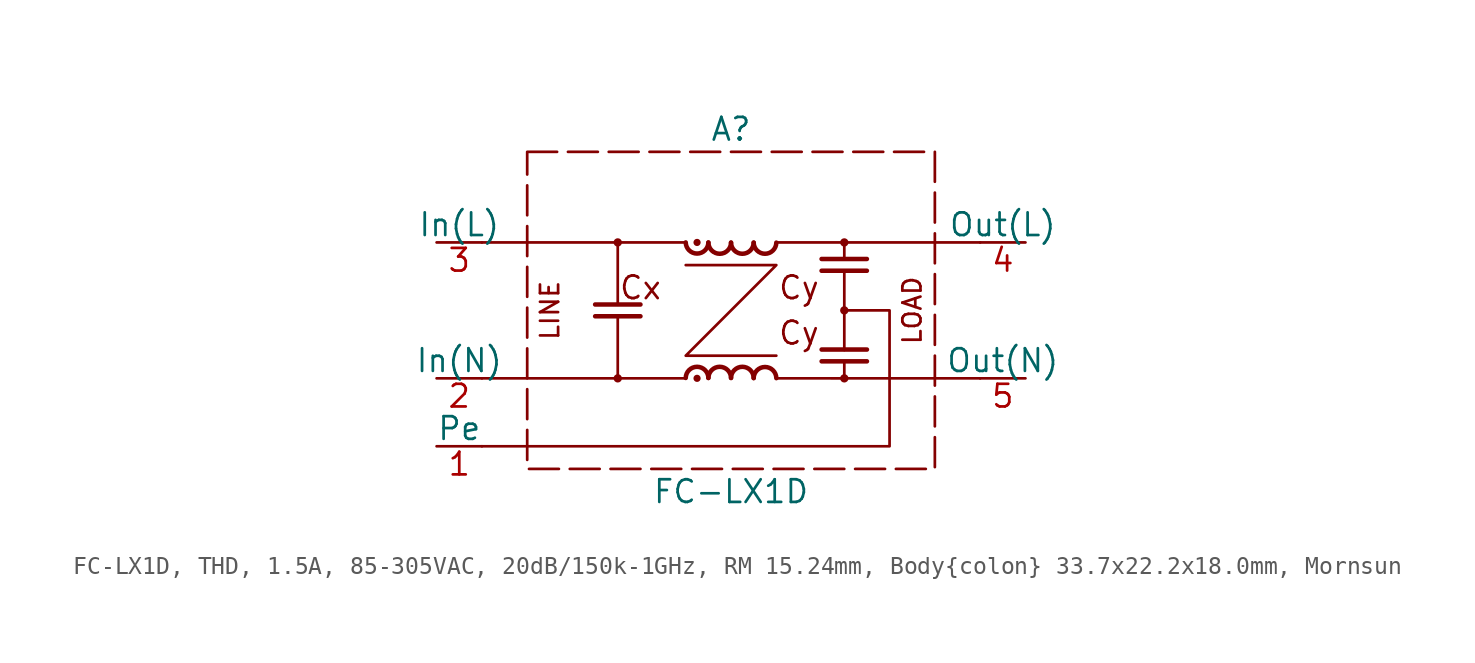
<source format=kicad_sym>
(kicad_symbol_lib
  (version 20241209)
  (generator "kicad_symbol_editor")
  (generator_version "9.0")
  (symbol "FC-LX1D, THD, 1.5A, 85-305VAC, 20dB/150k-1GHz, RM 15.24mm, Body{colon} 33.7x22.2x18.0mm, Mornsun"
    (pin_names
      (offset 0))
    (property "Reference" "A"
      (at 0 10.16 0)
      (effects (font (size 1.27 1.27))))
    (property "Value" "FC-LX1D"
      (at 0 -10.16 0)
      (effects (font (size 1.27 1.27))))
    (symbol "FC-LX1D, THD, 1.5A, 85-305VAC, 20dB/150k-1GHz, RM 15.24mm, Body{colon} 33.7x22.2x18.0mm, Mornsun_0_1"
      (polyline (pts (xy -13.97 -7.62) (xy 8.89 -7.62) (xy 8.89 0) (xy 6.35 0)) (stroke (width 0) (type default)) (fill (type none)))
      (polyline (pts (xy -7.62 0.33) (xy -5.08 0.33)) (stroke (width 0.254) (type default)) (fill (type none)))
      (polyline (pts (xy -7.62 -0.33) (xy -5.08 -0.33)) (stroke (width 0.254) (type default)) (fill (type none)))
      (polyline (pts (xy -6.352 0.318) (xy -6.352 3.811) (xy -6.35 3.81)) (stroke (width 0) (type default)) (fill (type none)))
      (polyline (pts (xy -6.35 -3.81) (xy -6.352 -3.811) (xy -6.352 -0.318)) (stroke (width 0) (type default)) (fill (type none)))
      (polyline (pts (xy 5.078 2.883) (xy 7.618 2.883)) (stroke (width 0.254) (type default)) (fill (type none)))
      (polyline (pts (xy 5.078 2.222) (xy 7.618 2.222)) (stroke (width 0.254) (type default)) (fill (type none)))
      (polyline (pts (xy 5.081 -2.196) (xy 7.621 -2.196)) (stroke (width 0.254) (type default)) (fill (type none)))
      (polyline (pts (xy 5.081 -2.857) (xy 7.621 -2.857)) (stroke (width 0.254) (type default)) (fill (type none)))
      (polyline (pts (xy 6.352 2.858) (xy 6.352 3.811) (xy 2.54 3.81)) (stroke (width 0) (type default)) (fill (type none)))
      (polyline (pts (xy 6.352 2.223) (xy 6.352 -2.223)) (stroke (width 0) (type default)) (fill (type none)))
      (polyline (pts (xy 6.352 -2.858) (xy 6.352 -3.811) (xy 2.54 -3.81)) (stroke (width 0) (type default)) (fill (type none)))
      (polyline (pts (xy 13.97 3.81) (xy 6.35 3.81)) (stroke (width 0) (type default)) (fill (type none)))
      (polyline (pts (xy 13.97 -3.81) (xy 6.35 -3.81)) (stroke (width 0) (type default)) (fill (type none))))
    (symbol "FC-LX1D, THD, 1.5A, 85-305VAC, 20dB/150k-1GHz, RM 15.24mm, Body{colon} 33.7x22.2x18.0mm, Mornsun_1_1"
      (polyline (pts (xy -13.97 3.81) (xy -2.54 3.81)) (stroke (width 0) (type default)) (fill (type none)))
      (rectangle (start -11.43 8.89) (end 11.43 -8.89) (stroke (width 0) (type dash)) (fill (type none)))
      (circle (center -6.352 3.811) (radius 0.159) (stroke (width 0) (type default)) (fill (type outline)))
      (circle (center -6.352 -3.811) (radius 0.159) (stroke (width 0) (type default)) (fill (type outline)))
      (polyline (pts (xy -2.54 2.54) (xy 2.54 2.54) (xy -2.54 -2.54) (xy 2.54 -2.54)) (stroke (width 0) (type default)) (fill (type none)))
      (polyline (pts (xy -2.54 -3.81) (xy -13.97 -3.81)) (stroke (width 0) (type default)) (fill (type none)))
      (arc (start -1.27 3.81) (mid -1.905 3.1862) (end -2.54 3.81) (stroke (width 0.254) (type default)) (fill (type none)))
      (circle (center -1.905 3.81) (radius 0.127) (stroke (width 0) (type default)) (fill (type outline)))
      (arc (start -2.54 -3.7874) (mid -1.905 -3.1636) (end -1.27 -3.7874) (stroke (width 0.254) (type default)) (fill (type none)))
      (circle (center -1.905 -3.81) (radius 0.127) (stroke (width 0) (type default)) (fill (type outline)))
      (arc (start 0 3.7987) (mid -0.635 3.1749) (end -1.27 3.7987) (stroke (width 0.254) (type default)) (fill (type none)))
      (arc (start -1.27 -3.7874) (mid -0.635 -3.1636) (end 0 -3.7874) (stroke (width 0.254) (type default)) (fill (type none)))
      (arc (start 1.27 3.7987) (mid 0.635 3.1749) (end 0 3.7987) (stroke (width 0.254) (type default)) (fill (type none)))
      (arc (start 0 -3.7874) (mid 0.635 -3.1636) (end 1.27 -3.7874) (stroke (width 0.254) (type default)) (fill (type none)))
      (arc (start 2.54 3.7987) (mid 1.905 3.1749) (end 1.27 3.7987) (stroke (width 0.254) (type default)) (fill (type none)))
      (arc (start 1.27 -3.7987) (mid 1.905 -3.1749) (end 2.54 -3.7987) (stroke (width 0.254) (type default)) (fill (type none)))
      (circle (center 6.352 3.811) (radius 0.159) (stroke (width 0) (type default)) (fill (type outline)))
      (circle (center 6.352 0) (radius 0.159) (stroke (width 0) (type default)) (fill (type outline)))
      (circle (center 6.352 -3.811) (radius 0.159) (stroke (width 0) (type default)) (fill (type outline)))
      (text "LINE" (at -10.16 0 900) (effects (font (size 1.016 1.016))))
      (text "Cx" (at -5.08 1.27 0) (effects (font (size 1.27 1.27))))
      (text "Cy" (at 3.81 1.27 0) (effects (font (size 1.27 1.27))))
      (text "Cy" (at 3.81 -1.27 0) (effects (font (size 1.27 1.27))))
      (text "LOAD" (at 10.16 0 900) (effects (font (size 1.016 1.016))))
      (pin passive line (at -16.51 3.81 0) (length 2.54) (name "In(L)" (effects (font (size 1.27 1.27)))) (number "3" (effects (font (size 1.27 1.27)))))
      (pin passive line (at -16.51 -3.81 0) (length 2.54) (name "In(N)" (effects (font (size 1.27 1.27)))) (number "2" (effects (font (size 1.27 1.27)))))
      (pin passive line (at -16.51 -7.62 0) (length 2.54) (name "Pe" (effects (font (size 1.27 1.27)))) (number "1" (effects (font (size 1.27 1.27)))))
      (pin power_out line (at 16.51 3.81 180) (length 2.54) (name "Out(L)" (effects (font (size 1.27 1.27)))) (number "4" (effects (font (size 1.27 1.27)))))
      (pin power_out line (at 16.51 -3.81 180) (length 2.54) (name "Out(N)" (effects (font (size 1.27 1.27)))) (number "5" (effects (font (size 1.27 1.27))))))))
</source>
